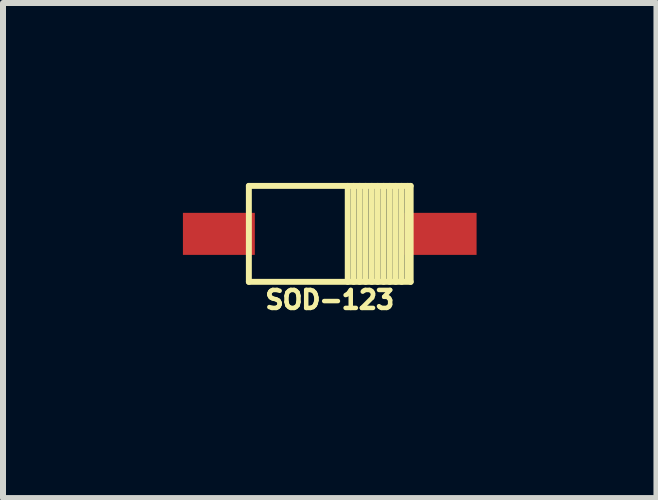
<source format=kicad_pcb>
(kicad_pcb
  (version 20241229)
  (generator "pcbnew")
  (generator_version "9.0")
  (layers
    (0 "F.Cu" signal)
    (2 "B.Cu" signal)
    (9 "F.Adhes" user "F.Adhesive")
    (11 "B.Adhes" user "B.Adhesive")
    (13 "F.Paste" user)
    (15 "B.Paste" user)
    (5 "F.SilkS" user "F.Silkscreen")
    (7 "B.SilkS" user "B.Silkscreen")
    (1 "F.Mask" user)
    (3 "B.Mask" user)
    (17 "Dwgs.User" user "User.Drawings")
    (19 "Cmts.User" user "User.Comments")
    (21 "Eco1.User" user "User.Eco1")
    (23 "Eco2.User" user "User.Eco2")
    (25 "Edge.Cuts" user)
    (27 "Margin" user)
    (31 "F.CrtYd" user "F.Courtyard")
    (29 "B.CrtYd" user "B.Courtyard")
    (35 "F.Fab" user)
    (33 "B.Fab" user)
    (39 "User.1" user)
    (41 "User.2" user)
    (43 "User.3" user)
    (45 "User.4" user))
  (footprint "SOD-123"
    (layer "F.Cu")
    (at 2.449 0.85)
    (property "Reference" "SOD-123" (at 0 1.1 0) (layer "F.SilkS") (effects (font (size 0.3 0.3) (thickness 0.076))))
    (attr through_hole)
    (fp_line (start -1.349 -0.8) (end 1.349 -0.8) (stroke (width 0.099) (type solid)) (layer "F.SilkS"))
    (fp_line (start -1.349 0.8) (end -1.349 -0.8) (stroke (width 0.099) (type solid)) (layer "F.SilkS"))
    (fp_line (start 0.3 -0.8) (end 0.3 0.8) (stroke (width 0.099) (type solid)) (layer "F.SilkS"))
    (fp_line (start 0.399 -0.8) (end 0.399 0.8) (stroke (width 0.099) (type solid)) (layer "F.SilkS"))
    (fp_line (start 0.5 0.8) (end 0.5 -0.8) (stroke (width 0.099) (type solid)) (layer "F.SilkS"))
    (fp_line (start 0.599 -0.8) (end 0.599 0.8) (stroke (width 0.099) (type solid)) (layer "F.SilkS"))
    (fp_line (start 0.701 0.8) (end 0.701 -0.8) (stroke (width 0.099) (type solid)) (layer "F.SilkS"))
    (fp_line (start 0.8 -0.8) (end 0.8 0.8) (stroke (width 0.099) (type solid)) (layer "F.SilkS"))
    (fp_line (start 0.899 0.8) (end 0.899 -0.8) (stroke (width 0.099) (type solid)) (layer "F.SilkS"))
    (fp_line (start 1.001 -0.8) (end 1.001 0.8) (stroke (width 0.099) (type solid)) (layer "F.SilkS"))
    (fp_line (start 1.1 0.8) (end 1.1 -0.8) (stroke (width 0.099) (type solid)) (layer "F.SilkS"))
    (fp_line (start 1.199 0.8) (end 1.199 -0.8) (stroke (width 0.099) (type solid)) (layer "F.SilkS"))
    (fp_line (start 1.3 -0.8) (end 1.3 0.749) (stroke (width 0.099) (type solid)) (layer "F.SilkS"))
    (fp_line (start 1.349 -0.8) (end 1.349 0.8) (stroke (width 0.099) (type solid)) (layer "F.SilkS"))
    (fp_line (start 1.349 0.8) (end -1.349 0.8) (stroke (width 0.099) (type solid)) (layer "F.SilkS"))
    (pad "1" smd rect (at -1.849 0) (size 1.199 0.701) (layers "F.Cu" "F.Mask" "F.Paste"))
    (pad "2" smd rect (at 1.849 0) (size 1.199 0.701) (layers "F.Cu" "F.Mask" "F.Paste")))
  (gr_rect
    (start -3 -3)
    (end 7.897 5.256)
    (stroke (width 0.1) (type default))
    (fill no)
    (layer "Edge.Cuts")))
</source>
